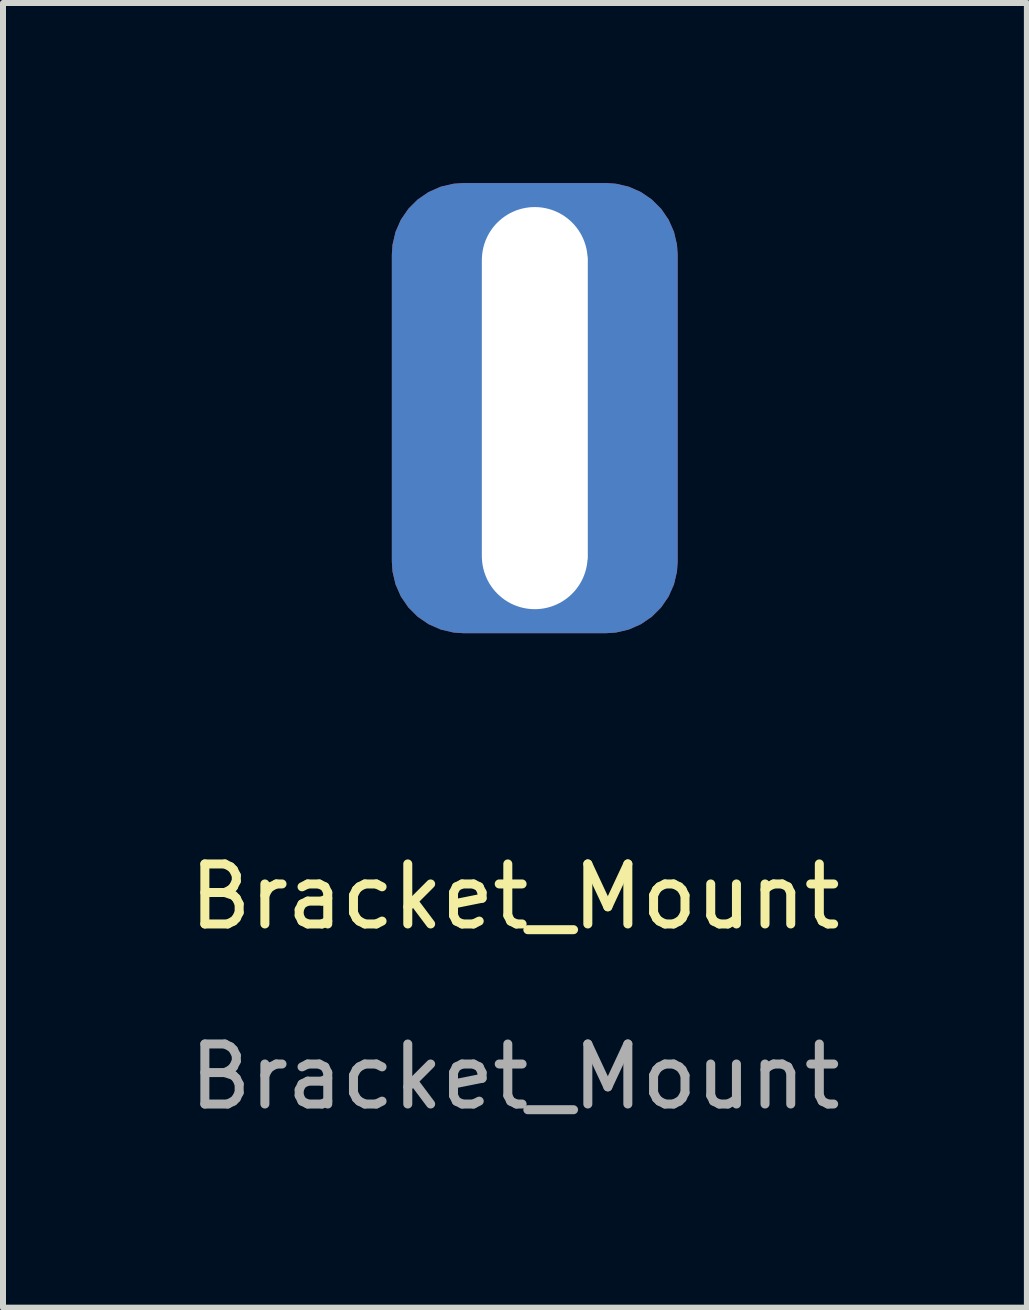
<source format=kicad_pcb>
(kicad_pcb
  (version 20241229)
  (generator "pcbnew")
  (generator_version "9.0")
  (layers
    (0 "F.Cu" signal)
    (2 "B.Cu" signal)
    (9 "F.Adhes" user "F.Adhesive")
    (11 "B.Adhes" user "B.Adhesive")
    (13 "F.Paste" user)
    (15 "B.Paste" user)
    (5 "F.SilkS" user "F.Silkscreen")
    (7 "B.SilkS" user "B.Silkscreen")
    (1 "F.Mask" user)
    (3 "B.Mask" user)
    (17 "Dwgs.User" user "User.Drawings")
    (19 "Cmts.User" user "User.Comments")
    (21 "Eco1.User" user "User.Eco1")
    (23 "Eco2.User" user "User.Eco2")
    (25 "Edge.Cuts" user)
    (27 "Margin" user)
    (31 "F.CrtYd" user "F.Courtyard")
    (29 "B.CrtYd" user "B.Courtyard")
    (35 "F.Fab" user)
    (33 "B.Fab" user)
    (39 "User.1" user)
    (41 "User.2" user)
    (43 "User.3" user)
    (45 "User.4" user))
  (footprint "Bracket_Mount"
    (layer "F.Cu")
    (at 5.53 12.39)
    (property "Reference" "Bracket_Mount" (at 0 -0.5 0) (unlocked yes) (layer "F.SilkS") (effects (font (size 1 1) (thickness 0.15))))
    (attr through_hole)
    (fp_rect (start -0.5 -11.14) (end 1.16 -6.14) (stroke (width 0.1) (type solid)) (fill no) (layer "F.SilkS"))
    (fp_text user "${REFERENCE}" (at 0 2.5 0) (unlocked yes) (layer "F.Fab") (effects (font (size 1 1) (thickness 0.15))))
    (pad "" thru_hole roundrect (at 0.33 -8.64) (size 4.762 7.5) (drill oval 1.762 6.7) (layers "*.Cu" "*.Mask") (roundrect_rratio 0.25)))
  (gr_rect
    (start -3 -3)
    (end 14.06 18.738)
    (stroke (width 0.1) (type default))
    (fill no)
    (layer "Edge.Cuts")))
</source>
